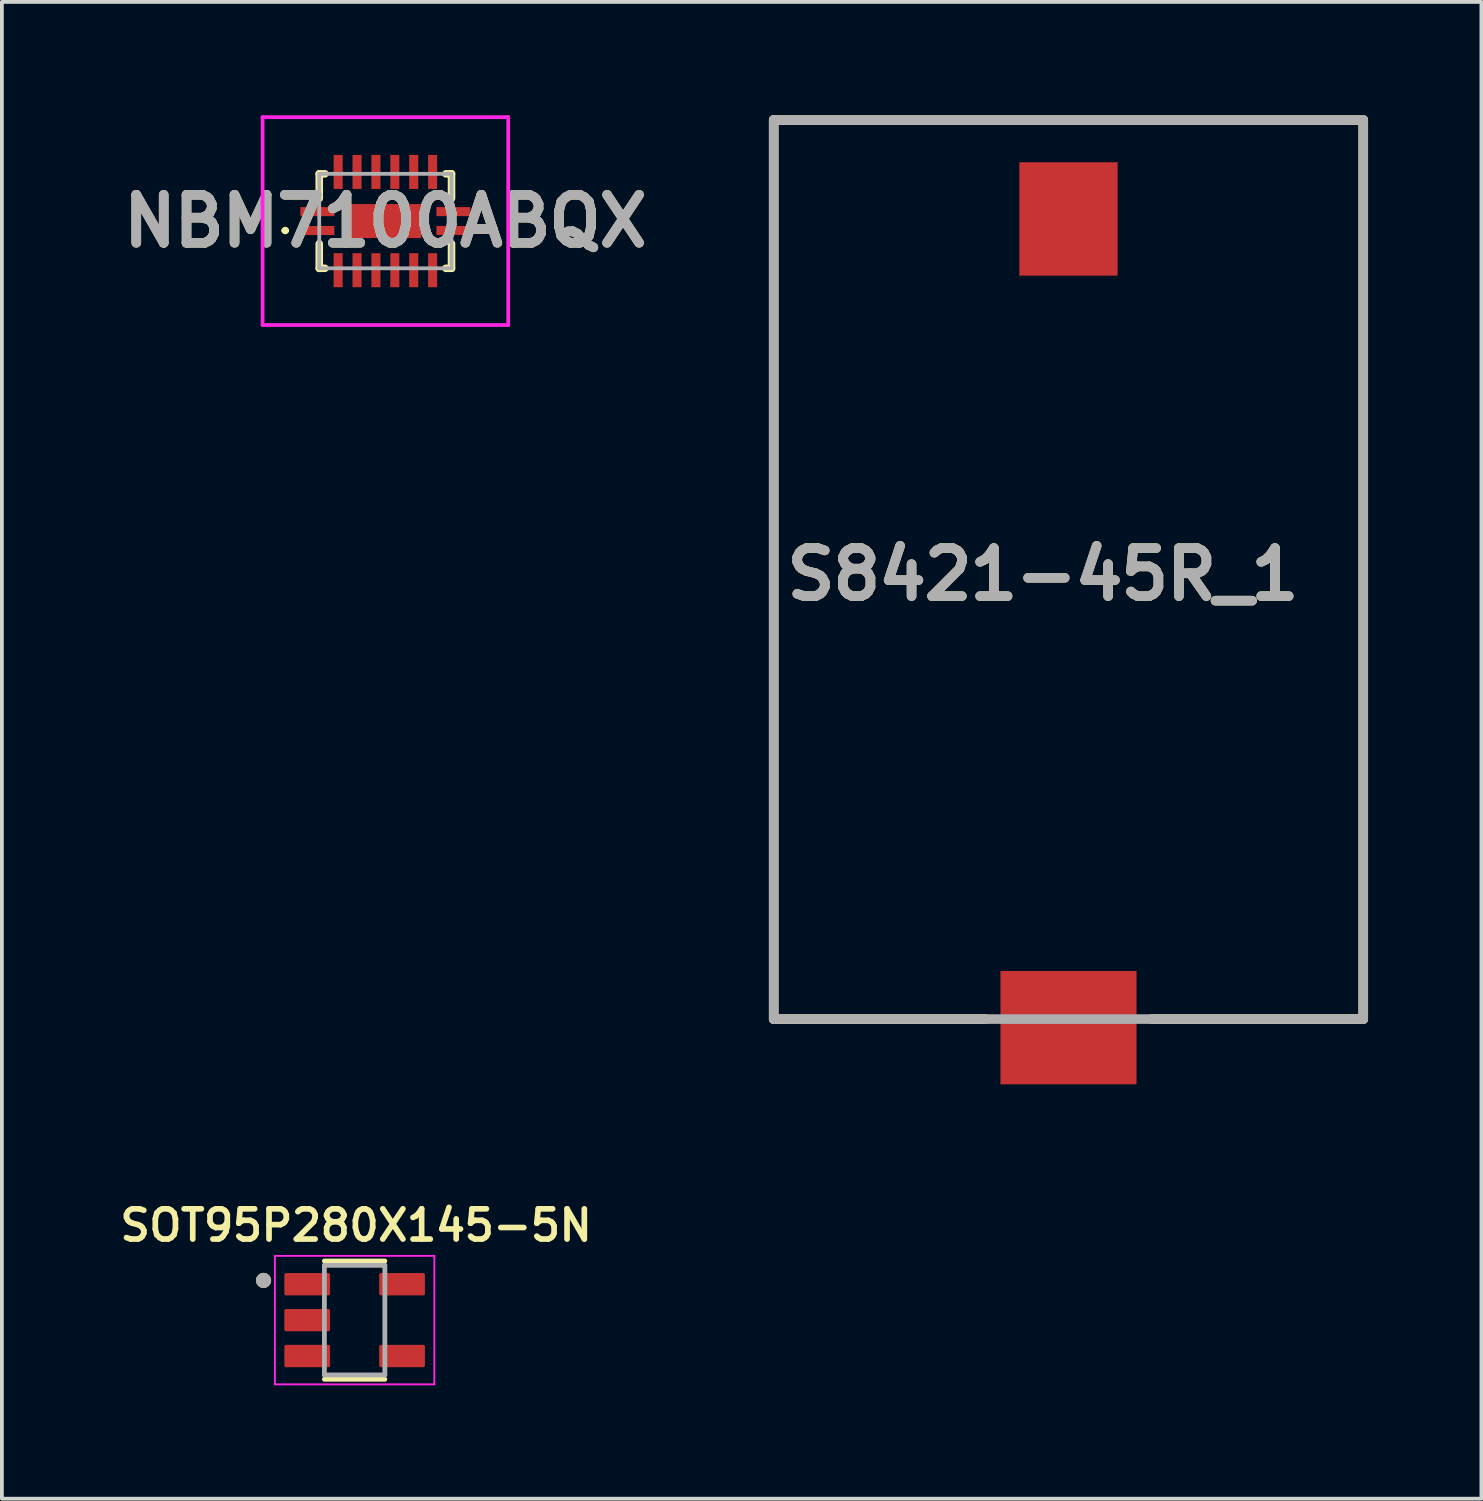
<source format=kicad_pcb>
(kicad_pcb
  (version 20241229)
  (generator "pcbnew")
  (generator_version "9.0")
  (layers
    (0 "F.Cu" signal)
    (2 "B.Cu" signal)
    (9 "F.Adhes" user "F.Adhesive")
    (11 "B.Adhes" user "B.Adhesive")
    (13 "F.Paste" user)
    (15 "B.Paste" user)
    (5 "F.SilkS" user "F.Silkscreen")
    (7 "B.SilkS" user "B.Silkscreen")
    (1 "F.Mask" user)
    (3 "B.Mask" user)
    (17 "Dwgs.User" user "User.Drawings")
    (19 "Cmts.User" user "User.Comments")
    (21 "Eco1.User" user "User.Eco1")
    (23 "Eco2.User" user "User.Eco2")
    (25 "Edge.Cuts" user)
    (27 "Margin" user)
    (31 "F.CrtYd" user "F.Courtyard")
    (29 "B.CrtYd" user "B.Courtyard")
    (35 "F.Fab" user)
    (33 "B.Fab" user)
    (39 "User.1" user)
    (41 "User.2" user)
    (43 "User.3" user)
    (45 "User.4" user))
  (footprint "S8421-45R_1"
    (layer "F.Cu")
    (at 25.224 2.744)
    (property "Reference" "S8421-45R_1" (at -0.675 9.406 0) (layer "F.SilkS") (effects (font (size 1.27 1.27) (thickness 0.254))))
    (attr smd)
    (fp_line (start -7.8 -2.617) (end 7.8 -2.617) (stroke (width 0.254) (type solid)) (layer "F.SilkS"))
    (fp_line (start -7.8 21.173) (end -7.8 -2.617) (stroke (width 0.254) (type solid)) (layer "F.SilkS"))
    (fp_line (start -7.8 21.173) (end -2.2 21.173) (stroke (width 0.254) (type solid)) (layer "F.SilkS"))
    (fp_line (start 7.8 -2.617) (end 7.8 21.173) (stroke (width 0.254) (type solid)) (layer "F.SilkS"))
    (fp_line (start 7.8 21.173) (end 2.2 21.173) (stroke (width 0.254) (type solid)) (layer "F.SilkS"))
    (fp_line (start -7.8 -2.617) (end 7.8 -2.617) (stroke (width 0.254) (type solid)) (layer "F.Fab"))
    (fp_line (start -7.8 21.173) (end -7.8 -2.617) (stroke (width 0.254) (type solid)) (layer "F.Fab"))
    (fp_line (start 7.8 -2.617) (end 7.8 21.173) (stroke (width 0.254) (type solid)) (layer "F.Fab"))
    (fp_line (start 7.8 21.173) (end -7.8 21.173) (stroke (width 0.254) (type solid)) (layer "F.Fab"))
    (fp_text user "${REFERENCE}" (at -0.675 9.406 0) (layer "F.Fab") (effects (font (size 1.27 1.27) (thickness 0.254))))
    (pad "1" smd rect (at 0 21.4 90) (size 3 3.6) (layers "F.Cu" "F.Mask" "F.Paste"))
    (pad "2" smd rect (at 0 0) (size 2.6 3) (layers "F.Cu" "F.Mask" "F.Paste")))
  (footprint "SOT95P280X145-5N"
    (layer "F.Cu")
    (at 6.334 31.883)
    (property "Reference" "SOT95P280X145-5N" (at 0.04 -2.508 0) (layer "F.SilkS") (effects (font (size 0.8 0.8) (thickness 0.15))))
    (attr smd)
    (fp_line (start -0.8 -1.565) (end 0.8 -1.565) (stroke (width 0.127) (type solid)) (layer "F.SilkS"))
    (fp_line (start 0.8 1.565) (end -0.8 1.565) (stroke (width 0.127) (type solid)) (layer "F.SilkS"))
    (fp_circle (center -2.41 -1.05) (end -2.31 -1.05) (stroke (width 0.2) (type solid)) (fill no) (layer "F.SilkS"))
    (fp_line (start -2.11 -1.7) (end 2.11 -1.7) (stroke (width 0.05) (type solid)) (layer "F.CrtYd"))
    (fp_line (start -2.11 1.7) (end -2.11 -1.7) (stroke (width 0.05) (type solid)) (layer "F.CrtYd"))
    (fp_line (start 2.11 -1.7) (end 2.11 1.7) (stroke (width 0.05) (type solid)) (layer "F.CrtYd"))
    (fp_line (start 2.11 1.7) (end -2.11 1.7) (stroke (width 0.05) (type solid)) (layer "F.CrtYd"))
    (fp_line (start -0.8 -1.45) (end 0.8 -1.45) (stroke (width 0.127) (type solid)) (layer "F.Fab"))
    (fp_line (start -0.8 1.45) (end -0.8 -1.45) (stroke (width 0.127) (type solid)) (layer "F.Fab"))
    (fp_line (start 0.8 -1.45) (end 0.8 1.45) (stroke (width 0.127) (type solid)) (layer "F.Fab"))
    (fp_line (start 0.8 1.45) (end -0.8 1.45) (stroke (width 0.127) (type solid)) (layer "F.Fab"))
    (fp_circle (center -2.41 -1.05) (end -2.31 -1.05) (stroke (width 0.2) (type solid)) (fill no) (layer "F.Fab"))
    (pad "1" smd roundrect (at -1.255 -0.95) (size 1.21 0.59) (layers "F.Cu" "F.Mask" "F.Paste") (roundrect_rratio 0.07))
    (pad "2" smd roundrect (at -1.255 0) (size 1.21 0.59) (layers "F.Cu" "F.Mask" "F.Paste") (roundrect_rratio 0.07))
    (pad "3" smd roundrect (at -1.255 0.95) (size 1.21 0.59) (layers "F.Cu" "F.Mask" "F.Paste") (roundrect_rratio 0.07))
    (pad "4" smd roundrect (at 1.255 0.95) (size 1.21 0.59) (layers "F.Cu" "F.Mask" "F.Paste") (roundrect_rratio 0.07))
    (pad "5" smd roundrect (at 1.255 -0.95) (size 1.21 0.59) (layers "F.Cu" "F.Mask" "F.Paste") (roundrect_rratio 0.07)))
  (footprint "NBM7100ABQX"
    (layer "F.Cu")
    (at 7.148 2.8)
    (property "Reference" "NBM7100ABQX" (at 0 0 0) (layer "F.SilkS") (effects (font (size 1.27 1.27) (thickness 0.254))))
    (attr smd)
    (fp_line (start -2.7 0.25) (end -2.7 0.25) (stroke (width 0.1) (type solid)) (layer "F.SilkS"))
    (fp_line (start -2.6 0.25) (end -2.6 0.25) (stroke (width 0.1) (type solid)) (layer "F.SilkS"))
    (fp_line (start -1.75 -1.25) (end -1.6 -1.25) (stroke (width 0.2) (type solid)) (layer "F.SilkS"))
    (fp_line (start -1.75 -0.6) (end -1.75 -1.25) (stroke (width 0.2) (type solid)) (layer "F.SilkS"))
    (fp_line (start -1.75 0.6) (end -1.75 1.25) (stroke (width 0.2) (type solid)) (layer "F.SilkS"))
    (fp_line (start -1.75 1.25) (end -1.6 1.25) (stroke (width 0.2) (type solid)) (layer "F.SilkS"))
    (fp_line (start 1.6 -1.25) (end 1.75 -1.25) (stroke (width 0.2) (type solid)) (layer "F.SilkS"))
    (fp_line (start 1.75 -1.25) (end 1.75 -0.6) (stroke (width 0.2) (type solid)) (layer "F.SilkS"))
    (fp_line (start 1.75 0.6) (end 1.75 1.25) (stroke (width 0.2) (type solid)) (layer "F.SilkS"))
    (fp_line (start 1.75 1.25) (end 1.6 1.25) (stroke (width 0.2) (type solid)) (layer "F.SilkS"))
    (fp_arc (start -2.7 0.25) (mid -2.65 0.2) (end -2.6 0.25) (stroke (width 0.1) (type solid)) (layer "F.SilkS"))
    (fp_arc (start -2.6 0.25) (mid -2.65 0.3) (end -2.7 0.25) (stroke (width 0.1) (type solid)) (layer "F.SilkS"))
    (fp_line (start -3.25 -2.75) (end 3.25 -2.75) (stroke (width 0.1) (type solid)) (layer "F.CrtYd"))
    (fp_line (start -3.25 2.75) (end -3.25 -2.75) (stroke (width 0.1) (type solid)) (layer "F.CrtYd"))
    (fp_line (start 3.25 -2.75) (end 3.25 2.75) (stroke (width 0.1) (type solid)) (layer "F.CrtYd"))
    (fp_line (start 3.25 2.75) (end -3.25 2.75) (stroke (width 0.1) (type solid)) (layer "F.CrtYd"))
    (fp_line (start -1.75 -1.25) (end -1.75 1.25) (stroke (width 0.1) (type solid)) (layer "F.Fab"))
    (fp_line (start -1.75 1.25) (end 1.75 1.25) (stroke (width 0.1) (type solid)) (layer "F.Fab"))
    (fp_line (start 1.75 -1.25) (end -1.75 -1.25) (stroke (width 0.1) (type solid)) (layer "F.Fab"))
    (fp_line (start 1.75 1.25) (end 1.75 -1.25) (stroke (width 0.1) (type solid)) (layer "F.Fab"))
    (fp_text user "${REFERENCE}" (at 0 0 0) (layer "F.Fab") (effects (font (size 1.27 1.27) (thickness 0.254))))
    (pad "1" smd rect (at -1.8 0.25 90) (size 0.24 0.9) (layers "F.Cu" "F.Mask" "F.Paste"))
    (pad "2" smd rect (at -1.25 1.3) (size 0.24 0.9) (layers "F.Cu" "F.Mask" "F.Paste"))
    (pad "3" smd rect (at -0.75 1.3) (size 0.24 0.9) (layers "F.Cu" "F.Mask" "F.Paste"))
    (pad "4" smd rect (at -0.25 1.3) (size 0.24 0.9) (layers "F.Cu" "F.Mask" "F.Paste"))
    (pad "5" smd rect (at 0.25 1.3) (size 0.24 0.9) (layers "F.Cu" "F.Mask" "F.Paste"))
    (pad "6" smd rect (at 0.75 1.3) (size 0.24 0.9) (layers "F.Cu" "F.Mask" "F.Paste"))
    (pad "7" smd rect (at 1.25 1.3) (size 0.24 0.9) (layers "F.Cu" "F.Mask" "F.Paste"))
    (pad "8" smd rect (at 1.8 0.25 90) (size 0.24 0.9) (layers "F.Cu" "F.Mask" "F.Paste"))
    (pad "9" smd rect (at 1.8 -0.25 90) (size 0.24 0.9) (layers "F.Cu" "F.Mask" "F.Paste"))
    (pad "10" smd rect (at 1.25 -1.3) (size 0.24 0.9) (layers "F.Cu" "F.Mask" "F.Paste"))
    (pad "11" smd rect (at 0.75 -1.3) (size 0.24 0.9) (layers "F.Cu" "F.Mask" "F.Paste"))
    (pad "12" smd rect (at 0.25 -1.3) (size 0.24 0.9) (layers "F.Cu" "F.Mask" "F.Paste"))
    (pad "13" smd rect (at -0.25 -1.3) (size 0.24 0.9) (layers "F.Cu" "F.Mask" "F.Paste"))
    (pad "14" smd rect (at -0.75 -1.3) (size 0.24 0.9) (layers "F.Cu" "F.Mask" "F.Paste"))
    (pad "15" smd rect (at -1.25 -1.3) (size 0.24 0.9) (layers "F.Cu" "F.Mask" "F.Paste"))
    (pad "16" smd rect (at -1.8 -0.25 90) (size 0.24 0.9) (layers "F.Cu" "F.Mask" "F.Paste"))
    (pad "17" smd rect (at 0 0 90) (size 0.9 1.9) (layers "F.Cu" "F.Mask" "F.Paste")))
  (gr_rect
    (start -3 -3)
    (end 36.151 36.608)
    (stroke (width 0.1) (type default))
    (fill no)
    (layer "Edge.Cuts")))
</source>
